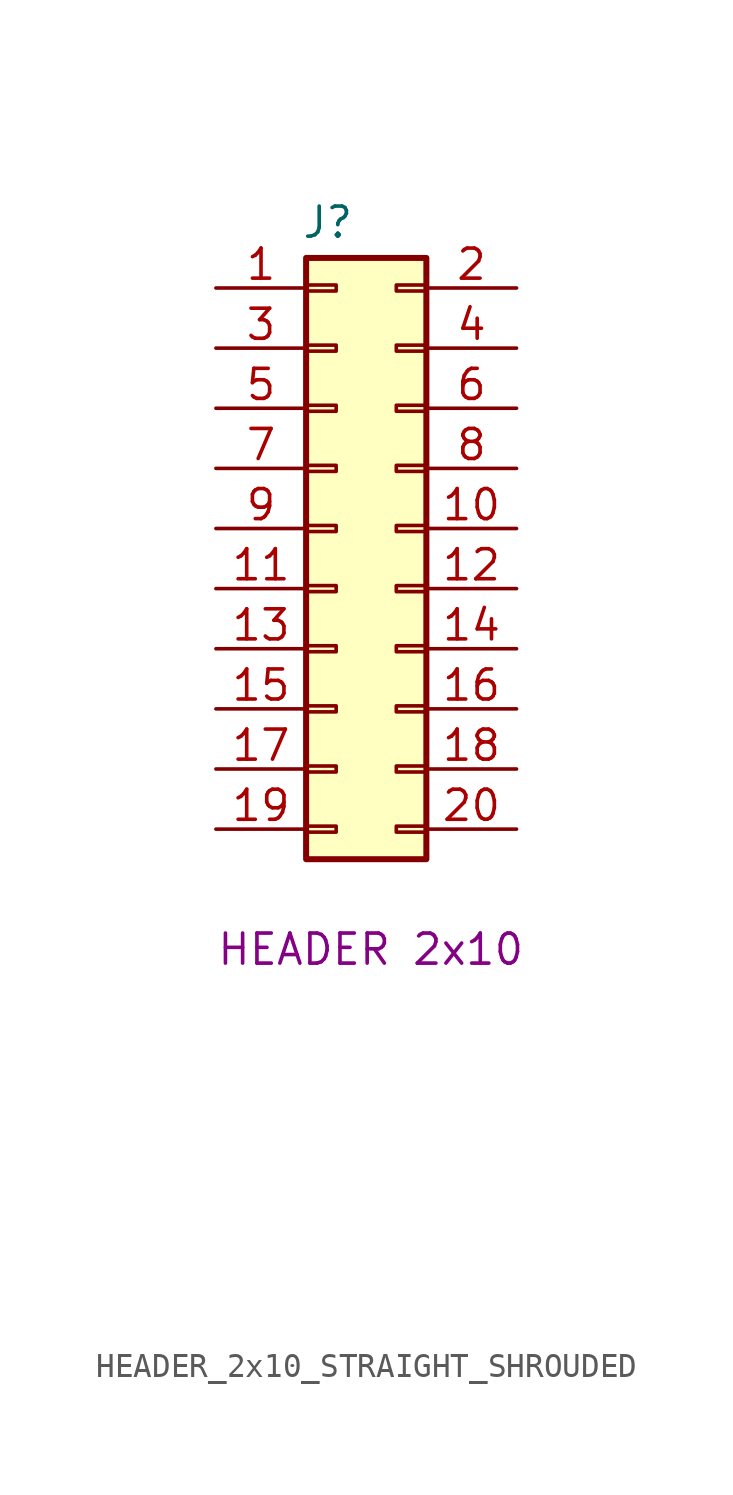
<source format=kicad_sym>
(kicad_symbol_lib
  (version 20211014)
  (generator kicad_symbol_editor)
  (symbol "HEADER_2x10_STRAIGHT_SHROUDED"
    (pin_names
      (offset 1.016) hide)
    (property "Reference" "J"
      (at -1.482 25.63 0)
      (effects (font (size 1.27 1.27)) (justify left)))
    (property "Displayed Value" "HEADER 2x10"
      (at -5.08 -5.08 0)
      (effects (font (size 1.27 1.27)) (justify left)))
    (property "Voltage" ""
      (at 1.905 -17.145 0)
      (effects (font (size 1.27 1.27)) (justify left)))
    (symbol "HEADER_2x10_STRAIGHT_SHROUDED_1_1"
      (rectangle (start -1.27 0.127) (end 0 -0.127) (stroke (width 0.152) (type default) (color 0 0 0 0)) (fill (type none)))
      (rectangle (start -1.27 2.667) (end 0 2.413) (stroke (width 0.152) (type default) (color 0 0 0 0)) (fill (type none)))
      (rectangle (start -1.27 5.207) (end 0 4.953) (stroke (width 0.152) (type default) (color 0 0 0 0)) (fill (type none)))
      (rectangle (start -1.27 7.747) (end 0 7.493) (stroke (width 0.152) (type default) (color 0 0 0 0)) (fill (type none)))
      (rectangle (start -1.27 10.287) (end 0 10.033) (stroke (width 0.152) (type default) (color 0 0 0 0)) (fill (type none)))
      (rectangle (start -1.27 12.827) (end 0 12.573) (stroke (width 0.152) (type default) (color 0 0 0 0)) (fill (type none)))
      (rectangle (start -1.27 15.367) (end 0 15.113) (stroke (width 0.152) (type default) (color 0 0 0 0)) (fill (type none)))
      (rectangle (start -1.27 17.907) (end 0 17.653) (stroke (width 0.152) (type default) (color 0 0 0 0)) (fill (type none)))
      (rectangle (start -1.27 20.447) (end 0 20.193) (stroke (width 0.152) (type default) (color 0 0 0 0)) (fill (type none)))
      (rectangle (start -1.27 22.987) (end 0 22.733) (stroke (width 0.152) (type default) (color 0 0 0 0)) (fill (type none)))
      (rectangle (start -1.27 24.13) (end 3.81 -1.27) (stroke (width 0.254) (type default) (color 0 0 0 0)) (fill (type background)))
      (rectangle (start 3.81 0.127) (end 2.54 -0.127) (stroke (width 0.152) (type default) (color 0 0 0 0)) (fill (type none)))
      (rectangle (start 3.81 2.667) (end 2.54 2.413) (stroke (width 0.152) (type default) (color 0 0 0 0)) (fill (type none)))
      (rectangle (start 3.81 5.207) (end 2.54 4.953) (stroke (width 0.152) (type default) (color 0 0 0 0)) (fill (type none)))
      (rectangle (start 3.81 7.747) (end 2.54 7.493) (stroke (width 0.152) (type default) (color 0 0 0 0)) (fill (type none)))
      (rectangle (start 3.81 10.287) (end 2.54 10.033) (stroke (width 0.152) (type default) (color 0 0 0 0)) (fill (type none)))
      (rectangle (start 3.81 12.827) (end 2.54 12.573) (stroke (width 0.152) (type default) (color 0 0 0 0)) (fill (type none)))
      (rectangle (start 3.81 15.367) (end 2.54 15.113) (stroke (width 0.152) (type default) (color 0 0 0 0)) (fill (type none)))
      (rectangle (start 3.81 17.907) (end 2.54 17.653) (stroke (width 0.152) (type default) (color 0 0 0 0)) (fill (type none)))
      (rectangle (start 3.81 20.447) (end 2.54 20.193) (stroke (width 0.152) (type default) (color 0 0 0 0)) (fill (type none)))
      (rectangle (start 3.81 22.987) (end 2.54 22.733) (stroke (width 0.152) (type default) (color 0 0 0 0)) (fill (type none)))
      (pin passive line (at -5.08 22.86 0) (length 3.81) (name "Pin_1" (effects (font (size 1.27 1.27)))) (number "1" (effects (font (size 1.27 1.27)))))
      (pin passive line (at 7.62 12.7 180) (length 3.81) (name "Pin_10" (effects (font (size 1.27 1.27)))) (number "10" (effects (font (size 1.27 1.27)))))
      (pin passive line (at -5.08 10.16 0) (length 3.81) (name "Pin_11" (effects (font (size 1.27 1.27)))) (number "11" (effects (font (size 1.27 1.27)))))
      (pin passive line (at 7.62 10.16 180) (length 3.81) (name "Pin_12" (effects (font (size 1.27 1.27)))) (number "12" (effects (font (size 1.27 1.27)))))
      (pin passive line (at -5.08 7.62 0) (length 3.81) (name "Pin_13" (effects (font (size 1.27 1.27)))) (number "13" (effects (font (size 1.27 1.27)))))
      (pin passive line (at 7.62 7.62 180) (length 3.81) (name "Pin_14" (effects (font (size 1.27 1.27)))) (number "14" (effects (font (size 1.27 1.27)))))
      (pin passive line (at -5.08 5.08 0) (length 3.81) (name "Pin_15" (effects (font (size 1.27 1.27)))) (number "15" (effects (font (size 1.27 1.27)))))
      (pin passive line (at 7.62 5.08 180) (length 3.81) (name "Pin_16" (effects (font (size 1.27 1.27)))) (number "16" (effects (font (size 1.27 1.27)))))
      (pin passive line (at -5.08 2.54 0) (length 3.81) (name "Pin_17" (effects (font (size 1.27 1.27)))) (number "17" (effects (font (size 1.27 1.27)))))
      (pin passive line (at 7.62 2.54 180) (length 3.81) (name "Pin_18" (effects (font (size 1.27 1.27)))) (number "18" (effects (font (size 1.27 1.27)))))
      (pin passive line (at -5.08 0 0) (length 3.81) (name "Pin_19" (effects (font (size 1.27 1.27)))) (number "19" (effects (font (size 1.27 1.27)))))
      (pin passive line (at 7.62 22.86 180) (length 3.81) (name "Pin_2" (effects (font (size 1.27 1.27)))) (number "2" (effects (font (size 1.27 1.27)))))
      (pin passive line (at 7.62 0 180) (length 3.81) (name "Pin_20" (effects (font (size 1.27 1.27)))) (number "20" (effects (font (size 1.27 1.27)))))
      (pin passive line (at -5.08 20.32 0) (length 3.81) (name "Pin_3" (effects (font (size 1.27 1.27)))) (number "3" (effects (font (size 1.27 1.27)))))
      (pin passive line (at 7.62 20.32 180) (length 3.81) (name "Pin_4" (effects (font (size 1.27 1.27)))) (number "4" (effects (font (size 1.27 1.27)))))
      (pin passive line (at -5.08 17.78 0) (length 3.81) (name "Pin_5" (effects (font (size 1.27 1.27)))) (number "5" (effects (font (size 1.27 1.27)))))
      (pin passive line (at 7.62 17.78 180) (length 3.81) (name "Pin_6" (effects (font (size 1.27 1.27)))) (number "6" (effects (font (size 1.27 1.27)))))
      (pin passive line (at -5.08 15.24 0) (length 3.81) (name "Pin_7" (effects (font (size 1.27 1.27)))) (number "7" (effects (font (size 1.27 1.27)))))
      (pin passive line (at 7.62 15.24 180) (length 3.81) (name "Pin_8" (effects (font (size 1.27 1.27)))) (number "8" (effects (font (size 1.27 1.27)))))
      (pin passive line (at -5.08 12.7 0) (length 3.81) (name "Pin_9" (effects (font (size 1.27 1.27)))) (number "9" (effects (font (size 1.27 1.27))))))))
</source>
